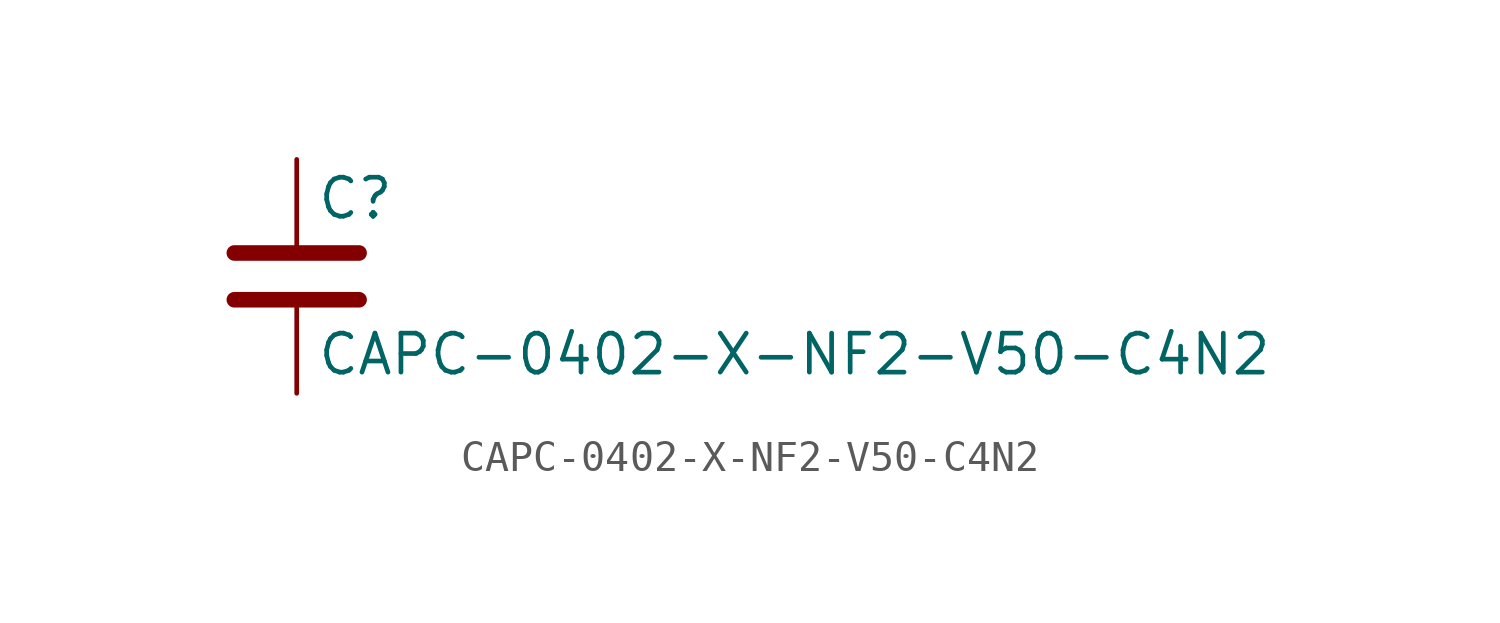
<source format=kicad_sym>
(kicad_symbol_lib
  (version 20211014)
  (generator kicad_symbol_editor)
  (symbol "CAPC-0402-X-NF2-V50-C4N2"
    (pin_numbers hide)
    (pin_names
      (offset 0.254))
    (property "Reference" "C"
      (at 0.635 2.54 0)
      (effects (font (size 1.27 1.27)) (justify left)))
    (property "Value" "CAPC-0402-X-NF2-V50-C4N2"
      (at 0.635 -2.54 0)
      (effects (font (size 1.27 1.27)) (justify left)))
    (symbol "CAPC-0402-X-NF2-V50-C4N2_0_1"
      (polyline (pts (xy -2.032 -0.762) (xy 2.032 -0.762)) (stroke (width 0.508) (type default) (color 0 0 0 0)) (fill (type none)))
      (polyline (pts (xy -2.032 0.762) (xy 2.032 0.762)) (stroke (width 0.508) (type default) (color 0 0 0 0)) (fill (type none))))
    (symbol "CAPC-0402-X-NF2-V50-C4N2_1_1"
      (pin passive line (at 0 3.81 270) (length 2.794) (name "~" (effects (font (size 1.27 1.27)))) (number "1" (effects (font (size 1.27 1.27)))))
      (pin passive line (at 0 -3.81 90) (length 2.794) (name "~" (effects (font (size 1.27 1.27)))) (number "2" (effects (font (size 1.27 1.27))))))))
</source>
